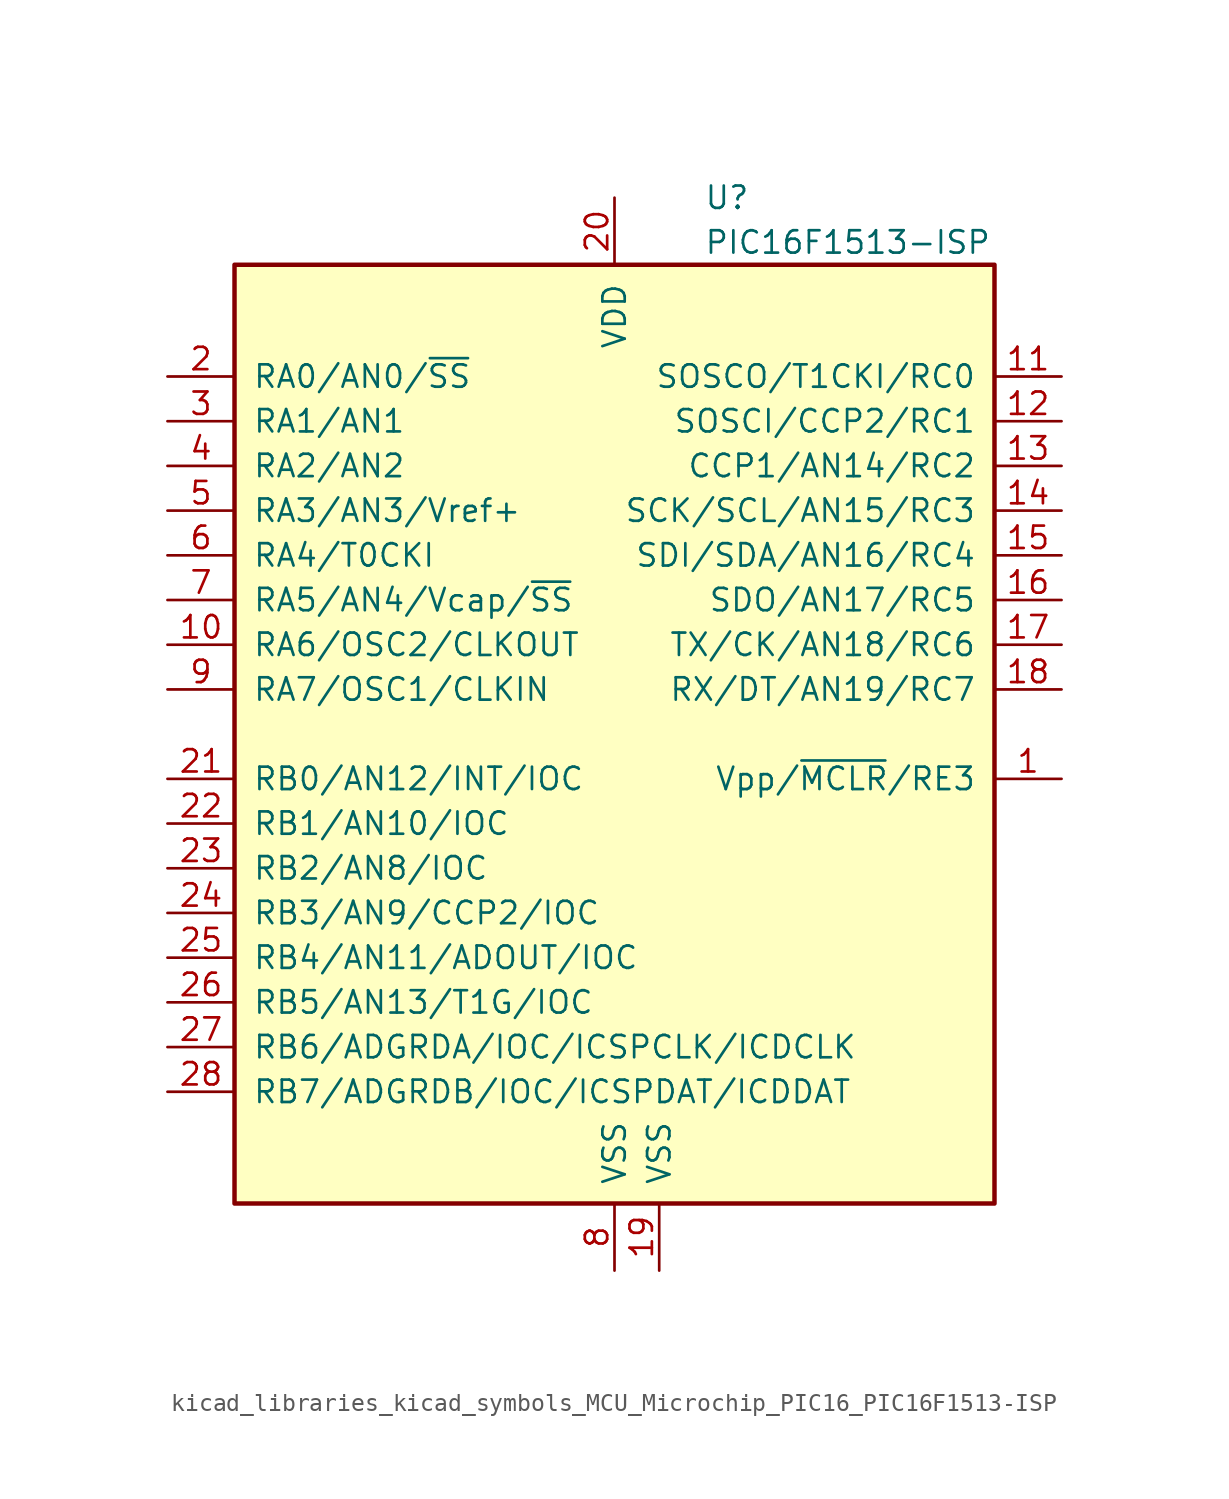
<source format=kicad_sym>
(kicad_symbol_lib
  (version 20220914)
  (generator kicad_symbol_editor)
  (symbol "kicad_libraries_kicad_symbols_MCU_Microchip_PIC16_PIC16F1513-ISP"
    (pin_names
      (offset 1.016))
    (property "Reference" "U"
      (at 5.08 30.48 0)
      (effects (font (size 1.27 1.27)) (justify left)))
    (property "Value" "PIC16F1513-ISP"
      (at 5.08 27.94 0)
      (effects (font (size 1.27 1.27)) (justify left)))
    (symbol "kicad_libraries_kicad_symbols_MCU_Microchip_PIC16_PIC16F1513-ISP_0_1"
      (rectangle (start -21.59 26.67) (end 21.59 -26.67) (stroke (width 0.254) (type default)) (fill (type background))))
    (symbol "kicad_libraries_kicad_symbols_MCU_Microchip_PIC16_PIC16F1513-ISP_1_1"
      (pin input line (at 25.4 -2.54 180) (length 3.81) (name "Vpp/~{MCLR}/RE3" (effects (font (size 1.27 1.27)))) (number "1" (effects (font (size 1.27 1.27)))))
      (pin bidirectional line (at -25.4 5.08 0) (length 3.81) (name "RA6/OSC2/CLKOUT" (effects (font (size 1.27 1.27)))) (number "10" (effects (font (size 1.27 1.27)))))
      (pin bidirectional line (at 25.4 20.32 180) (length 3.81) (name "SOSCO/T1CKI/RC0" (effects (font (size 1.27 1.27)))) (number "11" (effects (font (size 1.27 1.27)))))
      (pin bidirectional line (at 25.4 17.78 180) (length 3.81) (name "SOSCI/CCP2/RC1" (effects (font (size 1.27 1.27)))) (number "12" (effects (font (size 1.27 1.27)))))
      (pin bidirectional line (at 25.4 15.24 180) (length 3.81) (name "CCP1/AN14/RC2" (effects (font (size 1.27 1.27)))) (number "13" (effects (font (size 1.27 1.27)))))
      (pin bidirectional line (at 25.4 12.7 180) (length 3.81) (name "SCK/SCL/AN15/RC3" (effects (font (size 1.27 1.27)))) (number "14" (effects (font (size 1.27 1.27)))))
      (pin bidirectional line (at 25.4 10.16 180) (length 3.81) (name "SDI/SDA/AN16/RC4" (effects (font (size 1.27 1.27)))) (number "15" (effects (font (size 1.27 1.27)))))
      (pin bidirectional line (at 25.4 7.62 180) (length 3.81) (name "SDO/AN17/RC5" (effects (font (size 1.27 1.27)))) (number "16" (effects (font (size 1.27 1.27)))))
      (pin bidirectional line (at 25.4 5.08 180) (length 3.81) (name "TX/CK/AN18/RC6" (effects (font (size 1.27 1.27)))) (number "17" (effects (font (size 1.27 1.27)))))
      (pin bidirectional line (at 25.4 2.54 180) (length 3.81) (name "RX/DT/AN19/RC7" (effects (font (size 1.27 1.27)))) (number "18" (effects (font (size 1.27 1.27)))))
      (pin power_in line (at 2.54 -30.48 90) (length 3.81) (name "VSS" (effects (font (size 1.27 1.27)))) (number "19" (effects (font (size 1.27 1.27)))))
      (pin bidirectional line (at -25.4 20.32 0) (length 3.81) (name "RA0/AN0/~{SS}" (effects (font (size 1.27 1.27)))) (number "2" (effects (font (size 1.27 1.27)))))
      (pin power_in line (at 0 30.48 270) (length 3.81) (name "VDD" (effects (font (size 1.27 1.27)))) (number "20" (effects (font (size 1.27 1.27)))))
      (pin bidirectional line (at -25.4 -2.54 0) (length 3.81) (name "RB0/AN12/INT/IOC" (effects (font (size 1.27 1.27)))) (number "21" (effects (font (size 1.27 1.27)))))
      (pin bidirectional line (at -25.4 -5.08 0) (length 3.81) (name "RB1/AN10/IOC" (effects (font (size 1.27 1.27)))) (number "22" (effects (font (size 1.27 1.27)))))
      (pin bidirectional line (at -25.4 -7.62 0) (length 3.81) (name "RB2/AN8/IOC" (effects (font (size 1.27 1.27)))) (number "23" (effects (font (size 1.27 1.27)))))
      (pin bidirectional line (at -25.4 -10.16 0) (length 3.81) (name "RB3/AN9/CCP2/IOC" (effects (font (size 1.27 1.27)))) (number "24" (effects (font (size 1.27 1.27)))))
      (pin bidirectional line (at -25.4 -12.7 0) (length 3.81) (name "RB4/AN11/ADOUT/IOC" (effects (font (size 1.27 1.27)))) (number "25" (effects (font (size 1.27 1.27)))))
      (pin bidirectional line (at -25.4 -15.24 0) (length 3.81) (name "RB5/AN13/T1G/IOC" (effects (font (size 1.27 1.27)))) (number "26" (effects (font (size 1.27 1.27)))))
      (pin bidirectional line (at -25.4 -17.78 0) (length 3.81) (name "RB6/ADGRDA/IOC/ICSPCLK/ICDCLK" (effects (font (size 1.27 1.27)))) (number "27" (effects (font (size 1.27 1.27)))))
      (pin bidirectional line (at -25.4 -20.32 0) (length 3.81) (name "RB7/ADGRDB/IOC/ICSPDAT/ICDDAT" (effects (font (size 1.27 1.27)))) (number "28" (effects (font (size 1.27 1.27)))))
      (pin bidirectional line (at -25.4 17.78 0) (length 3.81) (name "RA1/AN1" (effects (font (size 1.27 1.27)))) (number "3" (effects (font (size 1.27 1.27)))))
      (pin bidirectional line (at -25.4 15.24 0) (length 3.81) (name "RA2/AN2" (effects (font (size 1.27 1.27)))) (number "4" (effects (font (size 1.27 1.27)))))
      (pin bidirectional line (at -25.4 12.7 0) (length 3.81) (name "RA3/AN3/Vref+" (effects (font (size 1.27 1.27)))) (number "5" (effects (font (size 1.27 1.27)))))
      (pin bidirectional line (at -25.4 10.16 0) (length 3.81) (name "RA4/T0CKI" (effects (font (size 1.27 1.27)))) (number "6" (effects (font (size 1.27 1.27)))))
      (pin bidirectional line (at -25.4 7.62 0) (length 3.81) (name "RA5/AN4/Vcap/~{SS}" (effects (font (size 1.27 1.27)))) (number "7" (effects (font (size 1.27 1.27)))))
      (pin power_in line (at 0 -30.48 90) (length 3.81) (name "VSS" (effects (font (size 1.27 1.27)))) (number "8" (effects (font (size 1.27 1.27)))))
      (pin bidirectional line (at -25.4 2.54 0) (length 3.81) (name "RA7/OSC1/CLKIN" (effects (font (size 1.27 1.27)))) (number "9" (effects (font (size 1.27 1.27))))))))
</source>
